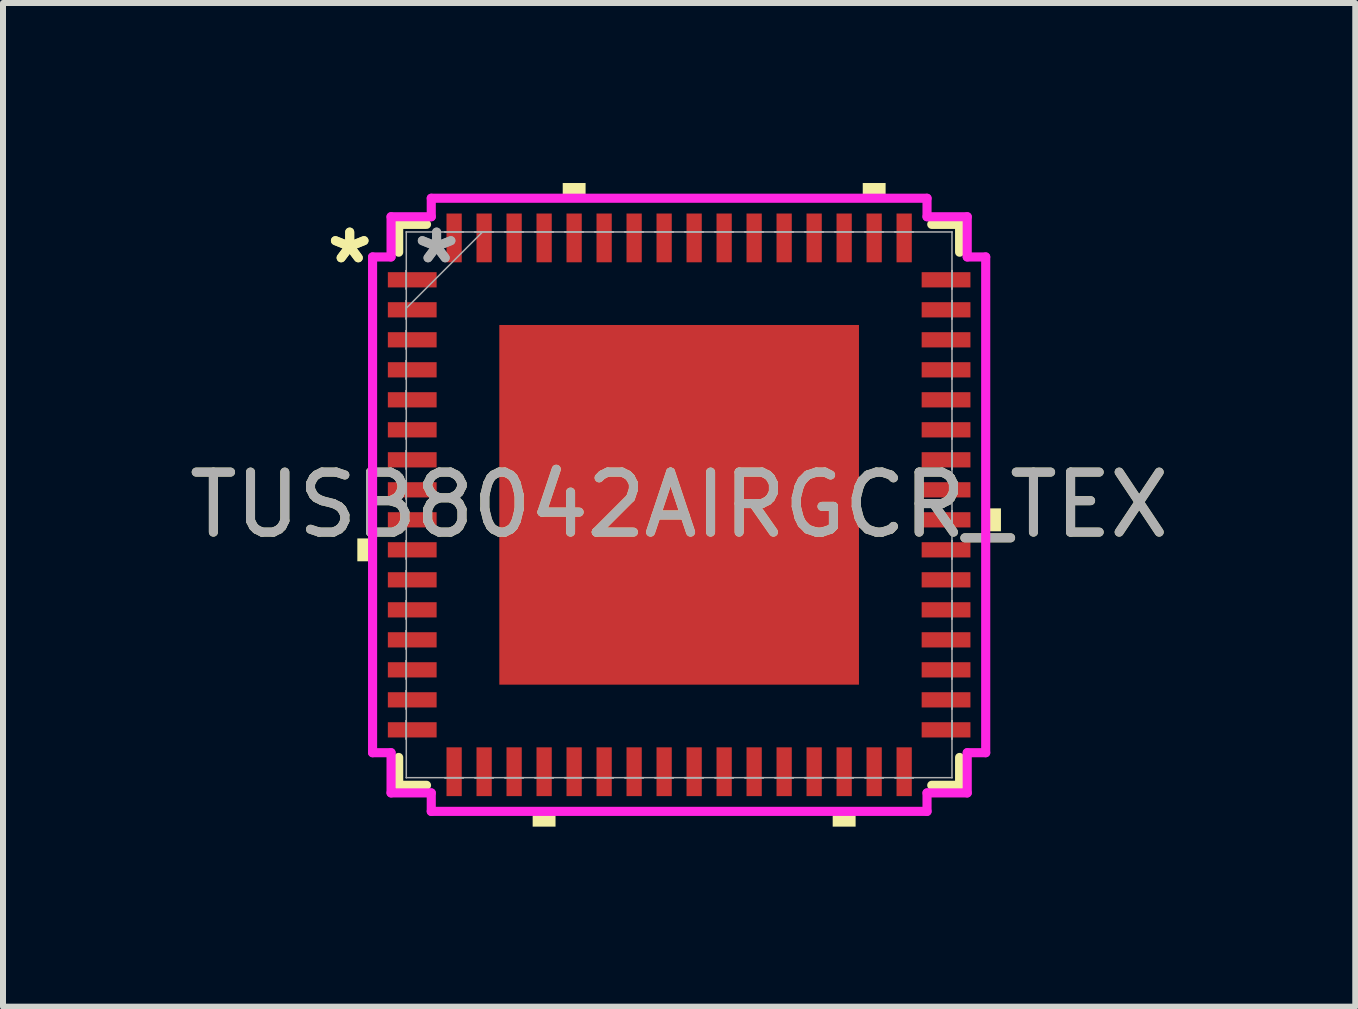
<source format=kicad_pcb>
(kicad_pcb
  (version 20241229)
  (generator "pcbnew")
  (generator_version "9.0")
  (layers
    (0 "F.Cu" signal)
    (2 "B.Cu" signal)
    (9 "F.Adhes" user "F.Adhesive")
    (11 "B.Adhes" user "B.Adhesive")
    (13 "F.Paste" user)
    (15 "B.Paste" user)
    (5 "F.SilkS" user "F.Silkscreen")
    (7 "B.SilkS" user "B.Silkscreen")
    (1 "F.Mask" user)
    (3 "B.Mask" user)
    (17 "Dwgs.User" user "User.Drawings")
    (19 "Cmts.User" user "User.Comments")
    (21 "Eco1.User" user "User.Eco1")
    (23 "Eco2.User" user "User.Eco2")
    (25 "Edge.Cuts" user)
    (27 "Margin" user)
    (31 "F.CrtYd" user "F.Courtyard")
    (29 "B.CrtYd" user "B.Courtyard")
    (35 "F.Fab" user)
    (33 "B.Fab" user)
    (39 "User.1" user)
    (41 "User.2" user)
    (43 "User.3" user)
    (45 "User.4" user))
  (footprint "TUSB8042AIRGCR_TEX"
    (layer "F.Cu")
    (at 8.268 5.363)
    (property "Reference" "TUSB8042AIRGCR_TEX" (at 0 0 0) (unlocked yes) (layer "F.SilkS") (effects (font (size 1 1) (thickness 0.15))))
    (attr smd)
    (fp_line (start -4.674 -4.674) (end -4.674 -4.21) (stroke (width 0.152) (type solid)) (layer "F.SilkS"))
    (fp_line (start -4.674 4.21) (end -4.674 4.674) (stroke (width 0.152) (type solid)) (layer "F.SilkS"))
    (fp_line (start -4.674 4.674) (end -4.21 4.674) (stroke (width 0.152) (type solid)) (layer "F.SilkS"))
    (fp_line (start -4.21 -4.674) (end -4.674 -4.674) (stroke (width 0.152) (type solid)) (layer "F.SilkS"))
    (fp_line (start 4.21 4.674) (end 4.674 4.674) (stroke (width 0.152) (type solid)) (layer "F.SilkS"))
    (fp_line (start 4.674 -4.674) (end 4.21 -4.674) (stroke (width 0.152) (type solid)) (layer "F.SilkS"))
    (fp_line (start 4.674 -4.21) (end 4.674 -4.674) (stroke (width 0.152) (type solid)) (layer "F.SilkS"))
    (fp_line (start 4.674 4.674) (end 4.674 4.21) (stroke (width 0.152) (type solid)) (layer "F.SilkS"))
    (fp_poly (pts (xy -5.363 0.56) (xy -5.363 0.941) (xy -5.109 0.941) (xy -5.109 0.56)) (stroke (width 0) (type solid)) (fill yes) (layer "F.SilkS"))
    (fp_poly (pts (xy -2.441 5.109) (xy -2.441 5.363) (xy -2.06 5.363) (xy -2.06 5.109)) (stroke (width 0) (type solid)) (fill yes) (layer "F.SilkS"))
    (fp_poly (pts (xy -1.94 -5.109) (xy -1.94 -5.363) (xy -1.559 -5.363) (xy -1.559 -5.109)) (stroke (width 0) (type solid)) (fill yes) (layer "F.SilkS"))
    (fp_poly (pts (xy 2.559 5.109) (xy 2.559 5.363) (xy 2.941 5.363) (xy 2.941 5.109)) (stroke (width 0) (type solid)) (fill yes) (layer "F.SilkS"))
    (fp_poly (pts (xy 3.06 -5.109) (xy 3.06 -5.363) (xy 3.441 -5.363) (xy 3.441 -5.109)) (stroke (width 0) (type solid)) (fill yes) (layer "F.SilkS"))
    (fp_poly (pts (xy 5.363 0.059) (xy 5.363 0.441) (xy 5.109 0.441) (xy 5.109 0.059)) (stroke (width 0) (type solid)) (fill yes) (layer "F.SilkS"))
    (fp_poly (pts (xy -2.897 -2.897) (xy -2.897 -1.599) (xy -1.599 -1.599) (xy -1.599 -2.897)) (stroke (width 0) (type solid)) (fill yes) (layer "F.Paste"))
    (fp_poly (pts (xy -2.897 -1.399) (xy -2.897 -0.1) (xy -1.599 -0.1) (xy -1.599 -1.399)) (stroke (width 0) (type solid)) (fill yes) (layer "F.Paste"))
    (fp_poly (pts (xy -2.897 0.1) (xy -2.897 1.399) (xy -1.599 1.399) (xy -1.599 0.1)) (stroke (width 0) (type solid)) (fill yes) (layer "F.Paste"))
    (fp_poly (pts (xy -2.897 1.599) (xy -2.897 2.897) (xy -1.599 2.897) (xy -1.599 1.599)) (stroke (width 0) (type solid)) (fill yes) (layer "F.Paste"))
    (fp_poly (pts (xy -1.399 -2.897) (xy -1.399 -1.599) (xy -0.1 -1.599) (xy -0.1 -2.897)) (stroke (width 0) (type solid)) (fill yes) (layer "F.Paste"))
    (fp_poly (pts (xy -1.399 -1.399) (xy -1.399 -0.1) (xy -0.1 -0.1) (xy -0.1 -1.399)) (stroke (width 0) (type solid)) (fill yes) (layer "F.Paste"))
    (fp_poly (pts (xy -1.399 0.1) (xy -1.399 1.399) (xy -0.1 1.399) (xy -0.1 0.1)) (stroke (width 0) (type solid)) (fill yes) (layer "F.Paste"))
    (fp_poly (pts (xy -1.399 1.599) (xy -1.399 2.897) (xy -0.1 2.897) (xy -0.1 1.599)) (stroke (width 0) (type solid)) (fill yes) (layer "F.Paste"))
    (fp_poly (pts (xy 0.1 -2.897) (xy 0.1 -1.599) (xy 1.399 -1.599) (xy 1.399 -2.897)) (stroke (width 0) (type solid)) (fill yes) (layer "F.Paste"))
    (fp_poly (pts (xy 0.1 -1.399) (xy 0.1 -0.1) (xy 1.399 -0.1) (xy 1.399 -1.399)) (stroke (width 0) (type solid)) (fill yes) (layer "F.Paste"))
    (fp_poly (pts (xy 0.1 0.1) (xy 0.1 1.399) (xy 1.399 1.399) (xy 1.399 0.1)) (stroke (width 0) (type solid)) (fill yes) (layer "F.Paste"))
    (fp_poly (pts (xy 0.1 1.599) (xy 0.1 2.897) (xy 1.399 2.897) (xy 1.399 1.599)) (stroke (width 0) (type solid)) (fill yes) (layer "F.Paste"))
    (fp_poly (pts (xy 1.599 -2.897) (xy 1.599 -1.599) (xy 2.897 -1.599) (xy 2.897 -2.897)) (stroke (width 0) (type solid)) (fill yes) (layer "F.Paste"))
    (fp_poly (pts (xy 1.599 -1.399) (xy 1.599 -0.1) (xy 2.897 -0.1) (xy 2.897 -1.399)) (stroke (width 0) (type solid)) (fill yes) (layer "F.Paste"))
    (fp_poly (pts (xy 1.599 0.1) (xy 1.599 1.399) (xy 2.897 1.399) (xy 2.897 0.1)) (stroke (width 0) (type solid)) (fill yes) (layer "F.Paste"))
    (fp_poly (pts (xy 1.599 1.599) (xy 1.599 2.897) (xy 2.897 2.897) (xy 2.897 1.599)) (stroke (width 0) (type solid)) (fill yes) (layer "F.Paste"))
    (fp_line (start -5.109 -4.131) (end -4.801 -4.131) (stroke (width 0.152) (type solid)) (layer "F.CrtYd"))
    (fp_line (start -5.109 4.131) (end -5.109 -4.131) (stroke (width 0.152) (type solid)) (layer "F.CrtYd"))
    (fp_line (start -4.801 -4.801) (end -4.131 -4.801) (stroke (width 0.152) (type solid)) (layer "F.CrtYd"))
    (fp_line (start -4.801 -4.131) (end -4.801 -4.801) (stroke (width 0.152) (type solid)) (layer "F.CrtYd"))
    (fp_line (start -4.801 4.131) (end -5.109 4.131) (stroke (width 0.152) (type solid)) (layer "F.CrtYd"))
    (fp_line (start -4.801 4.801) (end -4.801 4.131) (stroke (width 0.152) (type solid)) (layer "F.CrtYd"))
    (fp_line (start -4.131 -5.109) (end 4.131 -5.109) (stroke (width 0.152) (type solid)) (layer "F.CrtYd"))
    (fp_line (start -4.131 -4.801) (end -4.131 -5.109) (stroke (width 0.152) (type solid)) (layer "F.CrtYd"))
    (fp_line (start -4.131 4.801) (end -4.801 4.801) (stroke (width 0.152) (type solid)) (layer "F.CrtYd"))
    (fp_line (start -4.131 5.109) (end -4.131 4.801) (stroke (width 0.152) (type solid)) (layer "F.CrtYd"))
    (fp_line (start 4.131 -5.109) (end 4.131 -4.801) (stroke (width 0.152) (type solid)) (layer "F.CrtYd"))
    (fp_line (start 4.131 -4.801) (end 4.801 -4.801) (stroke (width 0.152) (type solid)) (layer "F.CrtYd"))
    (fp_line (start 4.131 4.801) (end 4.131 5.109) (stroke (width 0.152) (type solid)) (layer "F.CrtYd"))
    (fp_line (start 4.131 5.109) (end -4.131 5.109) (stroke (width 0.152) (type solid)) (layer "F.CrtYd"))
    (fp_line (start 4.801 -4.801) (end 4.801 -4.131) (stroke (width 0.152) (type solid)) (layer "F.CrtYd"))
    (fp_line (start 4.801 -4.131) (end 5.109 -4.131) (stroke (width 0.152) (type solid)) (layer "F.CrtYd"))
    (fp_line (start 4.801 4.131) (end 4.801 4.801) (stroke (width 0.152) (type solid)) (layer "F.CrtYd"))
    (fp_line (start 4.801 4.801) (end 4.131 4.801) (stroke (width 0.152) (type solid)) (layer "F.CrtYd"))
    (fp_line (start 5.109 -4.131) (end 5.109 4.131) (stroke (width 0.152) (type solid)) (layer "F.CrtYd"))
    (fp_line (start 5.109 4.131) (end 4.801 4.131) (stroke (width 0.152) (type solid)) (layer "F.CrtYd"))
    (fp_line (start -4.55 -3.902) (end -4.55 -3.598) (stroke (width 0.025) (type solid)) (layer "F.Fab"))
    (fp_line (start -4.55 -3.598) (end -4.547 -3.598) (stroke (width 0.025) (type solid)) (layer "F.Fab"))
    (fp_line (start -4.55 -3.402) (end -4.55 -3.098) (stroke (width 0.025) (type solid)) (layer "F.Fab"))
    (fp_line (start -4.55 -3.098) (end -4.547 -3.098) (stroke (width 0.025) (type solid)) (layer "F.Fab"))
    (fp_line (start -4.55 -2.902) (end -4.55 -2.598) (stroke (width 0.025) (type solid)) (layer "F.Fab"))
    (fp_line (start -4.55 -2.598) (end -4.547 -2.598) (stroke (width 0.025) (type solid)) (layer "F.Fab"))
    (fp_line (start -4.55 -2.402) (end -4.55 -2.098) (stroke (width 0.025) (type solid)) (layer "F.Fab"))
    (fp_line (start -4.55 -2.098) (end -4.547 -2.098) (stroke (width 0.025) (type solid)) (layer "F.Fab"))
    (fp_line (start -4.55 -1.902) (end -4.55 -1.598) (stroke (width 0.025) (type solid)) (layer "F.Fab"))
    (fp_line (start -4.55 -1.598) (end -4.547 -1.598) (stroke (width 0.025) (type solid)) (layer "F.Fab"))
    (fp_line (start -4.55 -1.402) (end -4.55 -1.098) (stroke (width 0.025) (type solid)) (layer "F.Fab"))
    (fp_line (start -4.55 -1.098) (end -4.547 -1.098) (stroke (width 0.025) (type solid)) (layer "F.Fab"))
    (fp_line (start -4.55 -0.902) (end -4.55 -0.598) (stroke (width 0.025) (type solid)) (layer "F.Fab"))
    (fp_line (start -4.55 -0.598) (end -4.547 -0.598) (stroke (width 0.025) (type solid)) (layer "F.Fab"))
    (fp_line (start -4.55 -0.402) (end -4.55 -0.098) (stroke (width 0.025) (type solid)) (layer "F.Fab"))
    (fp_line (start -4.55 -0.098) (end -4.547 -0.098) (stroke (width 0.025) (type solid)) (layer "F.Fab"))
    (fp_line (start -4.55 0.098) (end -4.55 0.402) (stroke (width 0.025) (type solid)) (layer "F.Fab"))
    (fp_line (start -4.55 0.402) (end -4.547 0.402) (stroke (width 0.025) (type solid)) (layer "F.Fab"))
    (fp_line (start -4.55 0.598) (end -4.55 0.902) (stroke (width 0.025) (type solid)) (layer "F.Fab"))
    (fp_line (start -4.55 0.902) (end -4.547 0.902) (stroke (width 0.025) (type solid)) (layer "F.Fab"))
    (fp_line (start -4.55 1.098) (end -4.55 1.402) (stroke (width 0.025) (type solid)) (layer "F.Fab"))
    (fp_line (start -4.55 1.402) (end -4.547 1.402) (stroke (width 0.025) (type solid)) (layer "F.Fab"))
    (fp_line (start -4.55 1.598) (end -4.55 1.902) (stroke (width 0.025) (type solid)) (layer "F.Fab"))
    (fp_line (start -4.55 1.902) (end -4.547 1.902) (stroke (width 0.025) (type solid)) (layer "F.Fab"))
    (fp_line (start -4.55 2.098) (end -4.55 2.402) (stroke (width 0.025) (type solid)) (layer "F.Fab"))
    (fp_line (start -4.55 2.402) (end -4.547 2.402) (stroke (width 0.025) (type solid)) (layer "F.Fab"))
    (fp_line (start -4.55 2.598) (end -4.55 2.902) (stroke (width 0.025) (type solid)) (layer "F.Fab"))
    (fp_line (start -4.55 2.902) (end -4.547 2.902) (stroke (width 0.025) (type solid)) (layer "F.Fab"))
    (fp_line (start -4.55 3.098) (end -4.55 3.402) (stroke (width 0.025) (type solid)) (layer "F.Fab"))
    (fp_line (start -4.55 3.402) (end -4.547 3.402) (stroke (width 0.025) (type solid)) (layer "F.Fab"))
    (fp_line (start -4.55 3.598) (end -4.55 3.902) (stroke (width 0.025) (type solid)) (layer "F.Fab"))
    (fp_line (start -4.55 3.902) (end -4.547 3.902) (stroke (width 0.025) (type solid)) (layer "F.Fab"))
    (fp_line (start -4.547 -4.547) (end -4.547 -4.547) (stroke (width 0.025) (type solid)) (layer "F.Fab"))
    (fp_line (start -4.547 -4.547) (end -4.547 4.547) (stroke (width 0.025) (type solid)) (layer "F.Fab"))
    (fp_line (start -4.547 -3.902) (end -4.55 -3.902) (stroke (width 0.025) (type solid)) (layer "F.Fab"))
    (fp_line (start -4.547 -3.598) (end -4.547 -3.902) (stroke (width 0.025) (type solid)) (layer "F.Fab"))
    (fp_line (start -4.547 -3.402) (end -4.55 -3.402) (stroke (width 0.025) (type solid)) (layer "F.Fab"))
    (fp_line (start -4.547 -3.277) (end -3.277 -4.547) (stroke (width 0.025) (type solid)) (layer "F.Fab"))
    (fp_line (start -4.547 -3.098) (end -4.547 -3.402) (stroke (width 0.025) (type solid)) (layer "F.Fab"))
    (fp_line (start -4.547 -2.902) (end -4.55 -2.902) (stroke (width 0.025) (type solid)) (layer "F.Fab"))
    (fp_line (start -4.547 -2.598) (end -4.547 -2.902) (stroke (width 0.025) (type solid)) (layer "F.Fab"))
    (fp_line (start -4.547 -2.402) (end -4.55 -2.402) (stroke (width 0.025) (type solid)) (layer "F.Fab"))
    (fp_line (start -4.547 -2.098) (end -4.547 -2.402) (stroke (width 0.025) (type solid)) (layer "F.Fab"))
    (fp_line (start -4.547 -1.902) (end -4.55 -1.902) (stroke (width 0.025) (type solid)) (layer "F.Fab"))
    (fp_line (start -4.547 -1.598) (end -4.547 -1.902) (stroke (width 0.025) (type solid)) (layer "F.Fab"))
    (fp_line (start -4.547 -1.402) (end -4.55 -1.402) (stroke (width 0.025) (type solid)) (layer "F.Fab"))
    (fp_line (start -4.547 -1.098) (end -4.547 -1.402) (stroke (width 0.025) (type solid)) (layer "F.Fab"))
    (fp_line (start -4.547 -0.902) (end -4.55 -0.902) (stroke (width 0.025) (type solid)) (layer "F.Fab"))
    (fp_line (start -4.547 -0.598) (end -4.547 -0.902) (stroke (width 0.025) (type solid)) (layer "F.Fab"))
    (fp_line (start -4.547 -0.402) (end -4.55 -0.402) (stroke (width 0.025) (type solid)) (layer "F.Fab"))
    (fp_line (start -4.547 -0.098) (end -4.547 -0.402) (stroke (width 0.025) (type solid)) (layer "F.Fab"))
    (fp_line (start -4.547 0.098) (end -4.55 0.098) (stroke (width 0.025) (type solid)) (layer "F.Fab"))
    (fp_line (start -4.547 0.402) (end -4.547 0.098) (stroke (width 0.025) (type solid)) (layer "F.Fab"))
    (fp_line (start -4.547 0.598) (end -4.55 0.598) (stroke (width 0.025) (type solid)) (layer "F.Fab"))
    (fp_line (start -4.547 0.902) (end -4.547 0.598) (stroke (width 0.025) (type solid)) (layer "F.Fab"))
    (fp_line (start -4.547 1.098) (end -4.55 1.098) (stroke (width 0.025) (type solid)) (layer "F.Fab"))
    (fp_line (start -4.547 1.402) (end -4.547 1.098) (stroke (width 0.025) (type solid)) (layer "F.Fab"))
    (fp_line (start -4.547 1.598) (end -4.55 1.598) (stroke (width 0.025) (type solid)) (layer "F.Fab"))
    (fp_line (start -4.547 1.902) (end -4.547 1.598) (stroke (width 0.025) (type solid)) (layer "F.Fab"))
    (fp_line (start -4.547 2.098) (end -4.55 2.098) (stroke (width 0.025) (type solid)) (layer "F.Fab"))
    (fp_line (start -4.547 2.402) (end -4.547 2.098) (stroke (width 0.025) (type solid)) (layer "F.Fab"))
    (fp_line (start -4.547 2.598) (end -4.55 2.598) (stroke (width 0.025) (type solid)) (layer "F.Fab"))
    (fp_line (start -4.547 2.902) (end -4.547 2.598) (stroke (width 0.025) (type solid)) (layer "F.Fab"))
    (fp_line (start -4.547 3.098) (end -4.55 3.098) (stroke (width 0.025) (type solid)) (layer "F.Fab"))
    (fp_line (start -4.547 3.402) (end -4.547 3.098) (stroke (width 0.025) (type solid)) (layer "F.Fab"))
    (fp_line (start -4.547 3.598) (end -4.55 3.598) (stroke (width 0.025) (type solid)) (layer "F.Fab"))
    (fp_line (start -4.547 3.902) (end -4.547 3.598) (stroke (width 0.025) (type solid)) (layer "F.Fab"))
    (fp_line (start -4.547 4.547) (end -4.547 4.547) (stroke (width 0.025) (type solid)) (layer "F.Fab"))
    (fp_line (start -4.547 4.547) (end 4.547 4.547) (stroke (width 0.025) (type solid)) (layer "F.Fab"))
    (fp_line (start -3.902 -4.55) (end -3.902 -4.547) (stroke (width 0.025) (type solid)) (layer "F.Fab"))
    (fp_line (start -3.902 -4.547) (end -3.598 -4.547) (stroke (width 0.025) (type solid)) (layer "F.Fab"))
    (fp_line (start -3.902 4.547) (end -3.902 4.55) (stroke (width 0.025) (type solid)) (layer "F.Fab"))
    (fp_line (start -3.902 4.55) (end -3.598 4.55) (stroke (width 0.025) (type solid)) (layer "F.Fab"))
    (fp_line (start -3.598 -4.55) (end -3.902 -4.55) (stroke (width 0.025) (type solid)) (layer "F.Fab"))
    (fp_line (start -3.598 -4.547) (end -3.598 -4.55) (stroke (width 0.025) (type solid)) (layer "F.Fab"))
    (fp_line (start -3.598 4.547) (end -3.902 4.547) (stroke (width 0.025) (type solid)) (layer "F.Fab"))
    (fp_line (start -3.598 4.55) (end -3.598 4.547) (stroke (width 0.025) (type solid)) (layer "F.Fab"))
    (fp_line (start -3.402 -4.55) (end -3.402 -4.547) (stroke (width 0.025) (type solid)) (layer "F.Fab"))
    (fp_line (start -3.402 -4.547) (end -3.098 -4.547) (stroke (width 0.025) (type solid)) (layer "F.Fab"))
    (fp_line (start -3.402 4.547) (end -3.402 4.55) (stroke (width 0.025) (type solid)) (layer "F.Fab"))
    (fp_line (start -3.402 4.55) (end -3.098 4.55) (stroke (width 0.025) (type solid)) (layer "F.Fab"))
    (fp_line (start -3.098 -4.55) (end -3.402 -4.55) (stroke (width 0.025) (type solid)) (layer "F.Fab"))
    (fp_line (start -3.098 -4.547) (end -3.098 -4.55) (stroke (width 0.025) (type solid)) (layer "F.Fab"))
    (fp_line (start -3.098 4.547) (end -3.402 4.547) (stroke (width 0.025) (type solid)) (layer "F.Fab"))
    (fp_line (start -3.098 4.55) (end -3.098 4.547) (stroke (width 0.025) (type solid)) (layer "F.Fab"))
    (fp_line (start -2.902 -4.55) (end -2.902 -4.547) (stroke (width 0.025) (type solid)) (layer "F.Fab"))
    (fp_line (start -2.902 -4.547) (end -2.598 -4.547) (stroke (width 0.025) (type solid)) (layer "F.Fab"))
    (fp_line (start -2.902 4.547) (end -2.902 4.55) (stroke (width 0.025) (type solid)) (layer "F.Fab"))
    (fp_line (start -2.902 4.55) (end -2.598 4.55) (stroke (width 0.025) (type solid)) (layer "F.Fab"))
    (fp_line (start -2.598 -4.55) (end -2.902 -4.55) (stroke (width 0.025) (type solid)) (layer "F.Fab"))
    (fp_line (start -2.598 -4.547) (end -2.598 -4.55) (stroke (width 0.025) (type solid)) (layer "F.Fab"))
    (fp_line (start -2.598 4.547) (end -2.902 4.547) (stroke (width 0.025) (type solid)) (layer "F.Fab"))
    (fp_line (start -2.598 4.55) (end -2.598 4.547) (stroke (width 0.025) (type solid)) (layer "F.Fab"))
    (fp_line (start -2.402 -4.55) (end -2.402 -4.547) (stroke (width 0.025) (type solid)) (layer "F.Fab"))
    (fp_line (start -2.402 -4.547) (end -2.098 -4.547) (stroke (width 0.025) (type solid)) (layer "F.Fab"))
    (fp_line (start -2.402 4.547) (end -2.402 4.55) (stroke (width 0.025) (type solid)) (layer "F.Fab"))
    (fp_line (start -2.402 4.55) (end -2.098 4.55) (stroke (width 0.025) (type solid)) (layer "F.Fab"))
    (fp_line (start -2.098 -4.55) (end -2.402 -4.55) (stroke (width 0.025) (type solid)) (layer "F.Fab"))
    (fp_line (start -2.098 -4.547) (end -2.098 -4.55) (stroke (width 0.025) (type solid)) (layer "F.Fab"))
    (fp_line (start -2.098 4.547) (end -2.402 4.547) (stroke (width 0.025) (type solid)) (layer "F.Fab"))
    (fp_line (start -2.098 4.55) (end -2.098 4.547) (stroke (width 0.025) (type solid)) (layer "F.Fab"))
    (fp_line (start -1.902 -4.55) (end -1.902 -4.547) (stroke (width 0.025) (type solid)) (layer "F.Fab"))
    (fp_line (start -1.902 -4.547) (end -1.598 -4.547) (stroke (width 0.025) (type solid)) (layer "F.Fab"))
    (fp_line (start -1.902 4.547) (end -1.902 4.55) (stroke (width 0.025) (type solid)) (layer "F.Fab"))
    (fp_line (start -1.902 4.55) (end -1.598 4.55) (stroke (width 0.025) (type solid)) (layer "F.Fab"))
    (fp_line (start -1.598 -4.55) (end -1.902 -4.55) (stroke (width 0.025) (type solid)) (layer "F.Fab"))
    (fp_line (start -1.598 -4.547) (end -1.598 -4.55) (stroke (width 0.025) (type solid)) (layer "F.Fab"))
    (fp_line (start -1.598 4.547) (end -1.902 4.547) (stroke (width 0.025) (type solid)) (layer "F.Fab"))
    (fp_line (start -1.598 4.55) (end -1.598 4.547) (stroke (width 0.025) (type solid)) (layer "F.Fab"))
    (fp_line (start -1.402 -4.55) (end -1.402 -4.547) (stroke (width 0.025) (type solid)) (layer "F.Fab"))
    (fp_line (start -1.402 -4.547) (end -1.098 -4.547) (stroke (width 0.025) (type solid)) (layer "F.Fab"))
    (fp_line (start -1.402 4.547) (end -1.402 4.55) (stroke (width 0.025) (type solid)) (layer "F.Fab"))
    (fp_line (start -1.402 4.55) (end -1.098 4.55) (stroke (width 0.025) (type solid)) (layer "F.Fab"))
    (fp_line (start -1.098 -4.55) (end -1.402 -4.55) (stroke (width 0.025) (type solid)) (layer "F.Fab"))
    (fp_line (start -1.098 -4.547) (end -1.098 -4.55) (stroke (width 0.025) (type solid)) (layer "F.Fab"))
    (fp_line (start -1.098 4.547) (end -1.402 4.547) (stroke (width 0.025) (type solid)) (layer "F.Fab"))
    (fp_line (start -1.098 4.55) (end -1.098 4.547) (stroke (width 0.025) (type solid)) (layer "F.Fab"))
    (fp_line (start -0.902 -4.55) (end -0.902 -4.547) (stroke (width 0.025) (type solid)) (layer "F.Fab"))
    (fp_line (start -0.902 -4.547) (end -0.598 -4.547) (stroke (width 0.025) (type solid)) (layer "F.Fab"))
    (fp_line (start -0.902 4.547) (end -0.902 4.55) (stroke (width 0.025) (type solid)) (layer "F.Fab"))
    (fp_line (start -0.902 4.55) (end -0.598 4.55) (stroke (width 0.025) (type solid)) (layer "F.Fab"))
    (fp_line (start -0.598 -4.55) (end -0.902 -4.55) (stroke (width 0.025) (type solid)) (layer "F.Fab"))
    (fp_line (start -0.598 -4.547) (end -0.598 -4.55) (stroke (width 0.025) (type solid)) (layer "F.Fab"))
    (fp_line (start -0.598 4.547) (end -0.902 4.547) (stroke (width 0.025) (type solid)) (layer "F.Fab"))
    (fp_line (start -0.598 4.55) (end -0.598 4.547) (stroke (width 0.025) (type solid)) (layer "F.Fab"))
    (fp_line (start -0.402 -4.55) (end -0.402 -4.547) (stroke (width 0.025) (type solid)) (layer "F.Fab"))
    (fp_line (start -0.402 -4.547) (end -0.098 -4.547) (stroke (width 0.025) (type solid)) (layer "F.Fab"))
    (fp_line (start -0.402 4.547) (end -0.402 4.55) (stroke (width 0.025) (type solid)) (layer "F.Fab"))
    (fp_line (start -0.402 4.55) (end -0.098 4.55) (stroke (width 0.025) (type solid)) (layer "F.Fab"))
    (fp_line (start -0.098 -4.55) (end -0.402 -4.55) (stroke (width 0.025) (type solid)) (layer "F.Fab"))
    (fp_line (start -0.098 -4.547) (end -0.098 -4.55) (stroke (width 0.025) (type solid)) (layer "F.Fab"))
    (fp_line (start -0.098 4.547) (end -0.402 4.547) (stroke (width 0.025) (type solid)) (layer "F.Fab"))
    (fp_line (start -0.098 4.55) (end -0.098 4.547) (stroke (width 0.025) (type solid)) (layer "F.Fab"))
    (fp_line (start 0.098 -4.55) (end 0.098 -4.547) (stroke (width 0.025) (type solid)) (layer "F.Fab"))
    (fp_line (start 0.098 -4.547) (end 0.402 -4.547) (stroke (width 0.025) (type solid)) (layer "F.Fab"))
    (fp_line (start 0.098 4.547) (end 0.098 4.55) (stroke (width 0.025) (type solid)) (layer "F.Fab"))
    (fp_line (start 0.098 4.55) (end 0.402 4.55) (stroke (width 0.025) (type solid)) (layer "F.Fab"))
    (fp_line (start 0.402 -4.55) (end 0.098 -4.55) (stroke (width 0.025) (type solid)) (layer "F.Fab"))
    (fp_line (start 0.402 -4.547) (end 0.402 -4.55) (stroke (width 0.025) (type solid)) (layer "F.Fab"))
    (fp_line (start 0.402 4.547) (end 0.098 4.547) (stroke (width 0.025) (type solid)) (layer "F.Fab"))
    (fp_line (start 0.402 4.55) (end 0.402 4.547) (stroke (width 0.025) (type solid)) (layer "F.Fab"))
    (fp_line (start 0.598 -4.55) (end 0.598 -4.547) (stroke (width 0.025) (type solid)) (layer "F.Fab"))
    (fp_line (start 0.598 -4.547) (end 0.902 -4.547) (stroke (width 0.025) (type solid)) (layer "F.Fab"))
    (fp_line (start 0.598 4.547) (end 0.598 4.55) (stroke (width 0.025) (type solid)) (layer "F.Fab"))
    (fp_line (start 0.598 4.55) (end 0.902 4.55) (stroke (width 0.025) (type solid)) (layer "F.Fab"))
    (fp_line (start 0.902 -4.55) (end 0.598 -4.55) (stroke (width 0.025) (type solid)) (layer "F.Fab"))
    (fp_line (start 0.902 -4.547) (end 0.902 -4.55) (stroke (width 0.025) (type solid)) (layer "F.Fab"))
    (fp_line (start 0.902 4.547) (end 0.598 4.547) (stroke (width 0.025) (type solid)) (layer "F.Fab"))
    (fp_line (start 0.902 4.55) (end 0.902 4.547) (stroke (width 0.025) (type solid)) (layer "F.Fab"))
    (fp_line (start 1.098 -4.55) (end 1.098 -4.547) (stroke (width 0.025) (type solid)) (layer "F.Fab"))
    (fp_line (start 1.098 -4.547) (end 1.402 -4.547) (stroke (width 0.025) (type solid)) (layer "F.Fab"))
    (fp_line (start 1.098 4.547) (end 1.098 4.55) (stroke (width 0.025) (type solid)) (layer "F.Fab"))
    (fp_line (start 1.098 4.55) (end 1.402 4.55) (stroke (width 0.025) (type solid)) (layer "F.Fab"))
    (fp_line (start 1.402 -4.55) (end 1.098 -4.55) (stroke (width 0.025) (type solid)) (layer "F.Fab"))
    (fp_line (start 1.402 -4.547) (end 1.402 -4.55) (stroke (width 0.025) (type solid)) (layer "F.Fab"))
    (fp_line (start 1.402 4.547) (end 1.098 4.547) (stroke (width 0.025) (type solid)) (layer "F.Fab"))
    (fp_line (start 1.402 4.55) (end 1.402 4.547) (stroke (width 0.025) (type solid)) (layer "F.Fab"))
    (fp_line (start 1.598 -4.55) (end 1.598 -4.547) (stroke (width 0.025) (type solid)) (layer "F.Fab"))
    (fp_line (start 1.598 -4.547) (end 1.902 -4.547) (stroke (width 0.025) (type solid)) (layer "F.Fab"))
    (fp_line (start 1.598 4.547) (end 1.598 4.55) (stroke (width 0.025) (type solid)) (layer "F.Fab"))
    (fp_line (start 1.598 4.55) (end 1.902 4.55) (stroke (width 0.025) (type solid)) (layer "F.Fab"))
    (fp_line (start 1.902 -4.55) (end 1.598 -4.55) (stroke (width 0.025) (type solid)) (layer "F.Fab"))
    (fp_line (start 1.902 -4.547) (end 1.902 -4.55) (stroke (width 0.025) (type solid)) (layer "F.Fab"))
    (fp_line (start 1.902 4.547) (end 1.598 4.547) (stroke (width 0.025) (type solid)) (layer "F.Fab"))
    (fp_line (start 1.902 4.55) (end 1.902 4.547) (stroke (width 0.025) (type solid)) (layer "F.Fab"))
    (fp_line (start 2.098 -4.55) (end 2.098 -4.547) (stroke (width 0.025) (type solid)) (layer "F.Fab"))
    (fp_line (start 2.098 -4.547) (end 2.402 -4.547) (stroke (width 0.025) (type solid)) (layer "F.Fab"))
    (fp_line (start 2.098 4.547) (end 2.098 4.55) (stroke (width 0.025) (type solid)) (layer "F.Fab"))
    (fp_line (start 2.098 4.55) (end 2.402 4.55) (stroke (width 0.025) (type solid)) (layer "F.Fab"))
    (fp_line (start 2.402 -4.55) (end 2.098 -4.55) (stroke (width 0.025) (type solid)) (layer "F.Fab"))
    (fp_line (start 2.402 -4.547) (end 2.402 -4.55) (stroke (width 0.025) (type solid)) (layer "F.Fab"))
    (fp_line (start 2.402 4.547) (end 2.098 4.547) (stroke (width 0.025) (type solid)) (layer "F.Fab"))
    (fp_line (start 2.402 4.55) (end 2.402 4.547) (stroke (width 0.025) (type solid)) (layer "F.Fab"))
    (fp_line (start 2.598 -4.55) (end 2.598 -4.547) (stroke (width 0.025) (type solid)) (layer "F.Fab"))
    (fp_line (start 2.598 -4.547) (end 2.902 -4.547) (stroke (width 0.025) (type solid)) (layer "F.Fab"))
    (fp_line (start 2.598 4.547) (end 2.598 4.55) (stroke (width 0.025) (type solid)) (layer "F.Fab"))
    (fp_line (start 2.598 4.55) (end 2.902 4.55) (stroke (width 0.025) (type solid)) (layer "F.Fab"))
    (fp_line (start 2.902 -4.55) (end 2.598 -4.55) (stroke (width 0.025) (type solid)) (layer "F.Fab"))
    (fp_line (start 2.902 -4.547) (end 2.902 -4.55) (stroke (width 0.025) (type solid)) (layer "F.Fab"))
    (fp_line (start 2.902 4.547) (end 2.598 4.547) (stroke (width 0.025) (type solid)) (layer "F.Fab"))
    (fp_line (start 2.902 4.55) (end 2.902 4.547) (stroke (width 0.025) (type solid)) (layer "F.Fab"))
    (fp_line (start 3.098 -4.55) (end 3.098 -4.547) (stroke (width 0.025) (type solid)) (layer "F.Fab"))
    (fp_line (start 3.098 -4.547) (end 3.402 -4.547) (stroke (width 0.025) (type solid)) (layer "F.Fab"))
    (fp_line (start 3.098 4.547) (end 3.098 4.55) (stroke (width 0.025) (type solid)) (layer "F.Fab"))
    (fp_line (start 3.098 4.55) (end 3.402 4.55) (stroke (width 0.025) (type solid)) (layer "F.Fab"))
    (fp_line (start 3.402 -4.55) (end 3.098 -4.55) (stroke (width 0.025) (type solid)) (layer "F.Fab"))
    (fp_line (start 3.402 -4.547) (end 3.402 -4.55) (stroke (width 0.025) (type solid)) (layer "F.Fab"))
    (fp_line (start 3.402 4.547) (end 3.098 4.547) (stroke (width 0.025) (type solid)) (layer "F.Fab"))
    (fp_line (start 3.402 4.55) (end 3.402 4.547) (stroke (width 0.025) (type solid)) (layer "F.Fab"))
    (fp_line (start 3.598 -4.55) (end 3.598 -4.547) (stroke (width 0.025) (type solid)) (layer "F.Fab"))
    (fp_line (start 3.598 -4.547) (end 3.902 -4.547) (stroke (width 0.025) (type solid)) (layer "F.Fab"))
    (fp_line (start 3.598 4.547) (end 3.598 4.55) (stroke (width 0.025) (type solid)) (layer "F.Fab"))
    (fp_line (start 3.598 4.55) (end 3.902 4.55) (stroke (width 0.025) (type solid)) (layer "F.Fab"))
    (fp_line (start 3.902 -4.55) (end 3.598 -4.55) (stroke (width 0.025) (type solid)) (layer "F.Fab"))
    (fp_line (start 3.902 -4.547) (end 3.902 -4.55) (stroke (width 0.025) (type solid)) (layer "F.Fab"))
    (fp_line (start 3.902 4.547) (end 3.598 4.547) (stroke (width 0.025) (type solid)) (layer "F.Fab"))
    (fp_line (start 3.902 4.55) (end 3.902 4.547) (stroke (width 0.025) (type solid)) (layer "F.Fab"))
    (fp_line (start 4.547 -4.547) (end -4.547 -4.547) (stroke (width 0.025) (type solid)) (layer "F.Fab"))
    (fp_line (start 4.547 -4.547) (end 4.547 -4.547) (stroke (width 0.025) (type solid)) (layer "F.Fab"))
    (fp_line (start 4.547 -3.902) (end 4.547 -3.598) (stroke (width 0.025) (type solid)) (layer "F.Fab"))
    (fp_line (start 4.547 -3.598) (end 4.55 -3.598) (stroke (width 0.025) (type solid)) (layer "F.Fab"))
    (fp_line (start 4.547 -3.402) (end 4.547 -3.098) (stroke (width 0.025) (type solid)) (layer "F.Fab"))
    (fp_line (start 4.547 -3.098) (end 4.55 -3.098) (stroke (width 0.025) (type solid)) (layer "F.Fab"))
    (fp_line (start 4.547 -2.902) (end 4.547 -2.598) (stroke (width 0.025) (type solid)) (layer "F.Fab"))
    (fp_line (start 4.547 -2.598) (end 4.55 -2.598) (stroke (width 0.025) (type solid)) (layer "F.Fab"))
    (fp_line (start 4.547 -2.402) (end 4.547 -2.098) (stroke (width 0.025) (type solid)) (layer "F.Fab"))
    (fp_line (start 4.547 -2.098) (end 4.55 -2.098) (stroke (width 0.025) (type solid)) (layer "F.Fab"))
    (fp_line (start 4.547 -1.902) (end 4.547 -1.598) (stroke (width 0.025) (type solid)) (layer "F.Fab"))
    (fp_line (start 4.547 -1.598) (end 4.55 -1.598) (stroke (width 0.025) (type solid)) (layer "F.Fab"))
    (fp_line (start 4.547 -1.402) (end 4.547 -1.098) (stroke (width 0.025) (type solid)) (layer "F.Fab"))
    (fp_line (start 4.547 -1.098) (end 4.55 -1.098) (stroke (width 0.025) (type solid)) (layer "F.Fab"))
    (fp_line (start 4.547 -0.902) (end 4.547 -0.598) (stroke (width 0.025) (type solid)) (layer "F.Fab"))
    (fp_line (start 4.547 -0.598) (end 4.55 -0.598) (stroke (width 0.025) (type solid)) (layer "F.Fab"))
    (fp_line (start 4.547 -0.402) (end 4.547 -0.098) (stroke (width 0.025) (type solid)) (layer "F.Fab"))
    (fp_line (start 4.547 -0.098) (end 4.55 -0.098) (stroke (width 0.025) (type solid)) (layer "F.Fab"))
    (fp_line (start 4.547 0.098) (end 4.547 0.402) (stroke (width 0.025) (type solid)) (layer "F.Fab"))
    (fp_line (start 4.547 0.402) (end 4.55 0.402) (stroke (width 0.025) (type solid)) (layer "F.Fab"))
    (fp_line (start 4.547 0.598) (end 4.547 0.902) (stroke (width 0.025) (type solid)) (layer "F.Fab"))
    (fp_line (start 4.547 0.902) (end 4.55 0.902) (stroke (width 0.025) (type solid)) (layer "F.Fab"))
    (fp_line (start 4.547 1.098) (end 4.547 1.402) (stroke (width 0.025) (type solid)) (layer "F.Fab"))
    (fp_line (start 4.547 1.402) (end 4.55 1.402) (stroke (width 0.025) (type solid)) (layer "F.Fab"))
    (fp_line (start 4.547 1.598) (end 4.547 1.902) (stroke (width 0.025) (type solid)) (layer "F.Fab"))
    (fp_line (start 4.547 1.902) (end 4.55 1.902) (stroke (width 0.025) (type solid)) (layer "F.Fab"))
    (fp_line (start 4.547 2.098) (end 4.547 2.402) (stroke (width 0.025) (type solid)) (layer "F.Fab"))
    (fp_line (start 4.547 2.402) (end 4.55 2.402) (stroke (width 0.025) (type solid)) (layer "F.Fab"))
    (fp_line (start 4.547 2.598) (end 4.547 2.902) (stroke (width 0.025) (type solid)) (layer "F.Fab"))
    (fp_line (start 4.547 2.902) (end 4.55 2.902) (stroke (width 0.025) (type solid)) (layer "F.Fab"))
    (fp_line (start 4.547 3.098) (end 4.547 3.402) (stroke (width 0.025) (type solid)) (layer "F.Fab"))
    (fp_line (start 4.547 3.402) (end 4.55 3.402) (stroke (width 0.025) (type solid)) (layer "F.Fab"))
    (fp_line (start 4.547 3.598) (end 4.547 3.902) (stroke (width 0.025) (type solid)) (layer "F.Fab"))
    (fp_line (start 4.547 3.902) (end 4.55 3.902) (stroke (width 0.025) (type solid)) (layer "F.Fab"))
    (fp_line (start 4.547 4.547) (end 4.547 -4.547) (stroke (width 0.025) (type solid)) (layer "F.Fab"))
    (fp_line (start 4.547 4.547) (end 4.547 4.547) (stroke (width 0.025) (type solid)) (layer "F.Fab"))
    (fp_line (start 4.55 -3.902) (end 4.547 -3.902) (stroke (width 0.025) (type solid)) (layer "F.Fab"))
    (fp_line (start 4.55 -3.598) (end 4.55 -3.902) (stroke (width 0.025) (type solid)) (layer "F.Fab"))
    (fp_line (start 4.55 -3.402) (end 4.547 -3.402) (stroke (width 0.025) (type solid)) (layer "F.Fab"))
    (fp_line (start 4.55 -3.098) (end 4.55 -3.402) (stroke (width 0.025) (type solid)) (layer "F.Fab"))
    (fp_line (start 4.55 -2.902) (end 4.547 -2.902) (stroke (width 0.025) (type solid)) (layer "F.Fab"))
    (fp_line (start 4.55 -2.598) (end 4.55 -2.902) (stroke (width 0.025) (type solid)) (layer "F.Fab"))
    (fp_line (start 4.55 -2.402) (end 4.547 -2.402) (stroke (width 0.025) (type solid)) (layer "F.Fab"))
    (fp_line (start 4.55 -2.098) (end 4.55 -2.402) (stroke (width 0.025) (type solid)) (layer "F.Fab"))
    (fp_line (start 4.55 -1.902) (end 4.547 -1.902) (stroke (width 0.025) (type solid)) (layer "F.Fab"))
    (fp_line (start 4.55 -1.598) (end 4.55 -1.902) (stroke (width 0.025) (type solid)) (layer "F.Fab"))
    (fp_line (start 4.55 -1.402) (end 4.547 -1.402) (stroke (width 0.025) (type solid)) (layer "F.Fab"))
    (fp_line (start 4.55 -1.098) (end 4.55 -1.402) (stroke (width 0.025) (type solid)) (layer "F.Fab"))
    (fp_line (start 4.55 -0.902) (end 4.547 -0.902) (stroke (width 0.025) (type solid)) (layer "F.Fab"))
    (fp_line (start 4.55 -0.598) (end 4.55 -0.902) (stroke (width 0.025) (type solid)) (layer "F.Fab"))
    (fp_line (start 4.55 -0.402) (end 4.547 -0.402) (stroke (width 0.025) (type solid)) (layer "F.Fab"))
    (fp_line (start 4.55 -0.098) (end 4.55 -0.402) (stroke (width 0.025) (type solid)) (layer "F.Fab"))
    (fp_line (start 4.55 0.098) (end 4.547 0.098) (stroke (width 0.025) (type solid)) (layer "F.Fab"))
    (fp_line (start 4.55 0.402) (end 4.55 0.098) (stroke (width 0.025) (type solid)) (layer "F.Fab"))
    (fp_line (start 4.55 0.598) (end 4.547 0.598) (stroke (width 0.025) (type solid)) (layer "F.Fab"))
    (fp_line (start 4.55 0.902) (end 4.55 0.598) (stroke (width 0.025) (type solid)) (layer "F.Fab"))
    (fp_line (start 4.55 1.098) (end 4.547 1.098) (stroke (width 0.025) (type solid)) (layer "F.Fab"))
    (fp_line (start 4.55 1.402) (end 4.55 1.098) (stroke (width 0.025) (type solid)) (layer "F.Fab"))
    (fp_line (start 4.55 1.598) (end 4.547 1.598) (stroke (width 0.025) (type solid)) (layer "F.Fab"))
    (fp_line (start 4.55 1.902) (end 4.55 1.598) (stroke (width 0.025) (type solid)) (layer "F.Fab"))
    (fp_line (start 4.55 2.098) (end 4.547 2.098) (stroke (width 0.025) (type solid)) (layer "F.Fab"))
    (fp_line (start 4.55 2.402) (end 4.55 2.098) (stroke (width 0.025) (type solid)) (layer "F.Fab"))
    (fp_line (start 4.55 2.598) (end 4.547 2.598) (stroke (width 0.025) (type solid)) (layer "F.Fab"))
    (fp_line (start 4.55 2.902) (end 4.55 2.598) (stroke (width 0.025) (type solid)) (layer "F.Fab"))
    (fp_line (start 4.55 3.098) (end 4.547 3.098) (stroke (width 0.025) (type solid)) (layer "F.Fab"))
    (fp_line (start 4.55 3.402) (end 4.55 3.098) (stroke (width 0.025) (type solid)) (layer "F.Fab"))
    (fp_line (start 4.55 3.598) (end 4.547 3.598) (stroke (width 0.025) (type solid)) (layer "F.Fab"))
    (fp_line (start 4.55 3.902) (end 4.55 3.598) (stroke (width 0.025) (type solid)) (layer "F.Fab"))
    (fp_text user "*" (at -5.49 -4 0) (unlocked yes) (layer "F.SilkS") (effects (font (size 1 1) (thickness 0.15))))
    (fp_text user "*" (at -5.49 -4 0) (layer "F.SilkS") (effects (font (size 1 1) (thickness 0.15))))
    (fp_text user "${REFERENCE}" (at 0 0 0) (unlocked yes) (layer "F.Fab") (effects (font (size 1 1) (thickness 0.15))))
    (fp_text user "*" (at -4.042 -4 0) (unlocked yes) (layer "F.Fab") (effects (font (size 1 1) (thickness 0.15))))
    (fp_text user "*" (at -4.042 -4 0) (layer "F.Fab") (effects (font (size 1 1) (thickness 0.15))))
    (pad "1" smd rect (at -4.448 -3.75 90) (size 0.254 0.813) (layers "F.Cu" "F.Mask" "F.Paste"))
    (pad "2" smd rect (at -4.448 -3.25 90) (size 0.254 0.813) (layers "F.Cu" "F.Mask" "F.Paste"))
    (pad "3" smd rect (at -4.448 -2.75 90) (size 0.254 0.813) (layers "F.Cu" "F.Mask" "F.Paste"))
    (pad "4" smd rect (at -4.448 -2.25 90) (size 0.254 0.813) (layers "F.Cu" "F.Mask" "F.Paste"))
    (pad "5" smd rect (at -4.448 -1.75 90) (size 0.254 0.813) (layers "F.Cu" "F.Mask" "F.Paste"))
    (pad "6" smd rect (at -4.448 -1.25 90) (size 0.254 0.813) (layers "F.Cu" "F.Mask" "F.Paste"))
    (pad "7" smd rect (at -4.448 -0.75 90) (size 0.254 0.813) (layers "F.Cu" "F.Mask" "F.Paste"))
    (pad "8" smd rect (at -4.448 -0.25 90) (size 0.254 0.813) (layers "F.Cu" "F.Mask" "F.Paste"))
    (pad "9" smd rect (at -4.448 0.25 90) (size 0.254 0.813) (layers "F.Cu" "F.Mask" "F.Paste"))
    (pad "10" smd rect (at -4.448 0.75 90) (size 0.254 0.813) (layers "F.Cu" "F.Mask" "F.Paste"))
    (pad "11" smd rect (at -4.448 1.25 90) (size 0.254 0.813) (layers "F.Cu" "F.Mask" "F.Paste"))
    (pad "12" smd rect (at -4.448 1.75 90) (size 0.254 0.813) (layers "F.Cu" "F.Mask" "F.Paste"))
    (pad "13" smd rect (at -4.448 2.25 90) (size 0.254 0.813) (layers "F.Cu" "F.Mask" "F.Paste"))
    (pad "14" smd rect (at -4.448 2.75 90) (size 0.254 0.813) (layers "F.Cu" "F.Mask" "F.Paste"))
    (pad "15" smd rect (at -4.448 3.25 90) (size 0.254 0.813) (layers "F.Cu" "F.Mask" "F.Paste"))
    (pad "16" smd rect (at -4.448 3.75 90) (size 0.254 0.813) (layers "F.Cu" "F.Mask" "F.Paste"))
    (pad "17" smd rect (at -3.75 4.448) (size 0.254 0.813) (layers "F.Cu" "F.Mask" "F.Paste"))
    (pad "18" smd rect (at -3.25 4.448) (size 0.254 0.813) (layers "F.Cu" "F.Mask" "F.Paste"))
    (pad "19" smd rect (at -2.75 4.448) (size 0.254 0.813) (layers "F.Cu" "F.Mask" "F.Paste"))
    (pad "20" smd rect (at -2.25 4.448) (size 0.254 0.813) (layers "F.Cu" "F.Mask" "F.Paste"))
    (pad "21" smd rect (at -1.75 4.448) (size 0.254 0.813) (layers "F.Cu" "F.Mask" "F.Paste"))
    (pad "22" smd rect (at -1.25 4.448) (size 0.254 0.813) (layers "F.Cu" "F.Mask" "F.Paste"))
    (pad "23" smd rect (at -0.75 4.448) (size 0.254 0.813) (layers "F.Cu" "F.Mask" "F.Paste"))
    (pad "24" smd rect (at -0.25 4.448) (size 0.254 0.813) (layers "F.Cu" "F.Mask" "F.Paste"))
    (pad "25" smd rect (at 0.25 4.448) (size 0.254 0.813) (layers "F.Cu" "F.Mask" "F.Paste"))
    (pad "26" smd rect (at 0.75 4.448) (size 0.254 0.813) (layers "F.Cu" "F.Mask" "F.Paste"))
    (pad "27" smd rect (at 1.25 4.448) (size 0.254 0.813) (layers "F.Cu" "F.Mask" "F.Paste"))
    (pad "28" smd rect (at 1.75 4.448) (size 0.254 0.813) (layers "F.Cu" "F.Mask" "F.Paste"))
    (pad "29" smd rect (at 2.25 4.448) (size 0.254 0.813) (layers "F.Cu" "F.Mask" "F.Paste"))
    (pad "30" smd rect (at 2.75 4.448) (size 0.254 0.813) (layers "F.Cu" "F.Mask" "F.Paste"))
    (pad "31" smd rect (at 3.25 4.448) (size 0.254 0.813) (layers "F.Cu" "F.Mask" "F.Paste"))
    (pad "32" smd rect (at 3.75 4.448) (size 0.254 0.813) (layers "F.Cu" "F.Mask" "F.Paste"))
    (pad "33" smd rect (at 4.448 3.75 90) (size 0.254 0.813) (layers "F.Cu" "F.Mask" "F.Paste"))
    (pad "34" smd rect (at 4.448 3.25 90) (size 0.254 0.813) (layers "F.Cu" "F.Mask" "F.Paste"))
    (pad "35" smd rect (at 4.448 2.75 90) (size 0.254 0.813) (layers "F.Cu" "F.Mask" "F.Paste"))
    (pad "36" smd rect (at 4.448 2.25 90) (size 0.254 0.813) (layers "F.Cu" "F.Mask" "F.Paste"))
    (pad "37" smd rect (at 4.448 1.75 90) (size 0.254 0.813) (layers "F.Cu" "F.Mask" "F.Paste"))
    (pad "38" smd rect (at 4.448 1.25 90) (size 0.254 0.813) (layers "F.Cu" "F.Mask" "F.Paste"))
    (pad "39" smd rect (at 4.448 0.75 90) (size 0.254 0.813) (layers "F.Cu" "F.Mask" "F.Paste"))
    (pad "40" smd rect (at 4.448 0.25 90) (size 0.254 0.813) (layers "F.Cu" "F.Mask" "F.Paste"))
    (pad "41" smd rect (at 4.448 -0.25 90) (size 0.254 0.813) (layers "F.Cu" "F.Mask" "F.Paste"))
    (pad "42" smd rect (at 4.448 -0.75 90) (size 0.254 0.813) (layers "F.Cu" "F.Mask" "F.Paste"))
    (pad "43" smd rect (at 4.448 -1.25 90) (size 0.254 0.813) (layers "F.Cu" "F.Mask" "F.Paste"))
    (pad "44" smd rect (at 4.448 -1.75 90) (size 0.254 0.813) (layers "F.Cu" "F.Mask" "F.Paste"))
    (pad "45" smd rect (at 4.448 -2.25 90) (size 0.254 0.813) (layers "F.Cu" "F.Mask" "F.Paste"))
    (pad "46" smd rect (at 4.448 -2.75 90) (size 0.254 0.813) (layers "F.Cu" "F.Mask" "F.Paste"))
    (pad "47" smd rect (at 4.448 -3.25 90) (size 0.254 0.813) (layers "F.Cu" "F.Mask" "F.Paste"))
    (pad "48" smd rect (at 4.448 -3.75 90) (size 0.254 0.813) (layers "F.Cu" "F.Mask" "F.Paste"))
    (pad "49" smd rect (at 3.75 -4.448) (size 0.254 0.813) (layers "F.Cu" "F.Mask" "F.Paste"))
    (pad "50" smd rect (at 3.25 -4.448) (size 0.254 0.813) (layers "F.Cu" "F.Mask" "F.Paste"))
    (pad "51" smd rect (at 2.75 -4.448) (size 0.254 0.813) (layers "F.Cu" "F.Mask" "F.Paste"))
    (pad "52" smd rect (at 2.25 -4.448) (size 0.254 0.813) (layers "F.Cu" "F.Mask" "F.Paste"))
    (pad "53" smd rect (at 1.75 -4.448) (size 0.254 0.813) (layers "F.Cu" "F.Mask" "F.Paste"))
    (pad "54" smd rect (at 1.25 -4.448) (size 0.254 0.813) (layers "F.Cu" "F.Mask" "F.Paste"))
    (pad "55" smd rect (at 0.75 -4.448) (size 0.254 0.813) (layers "F.Cu" "F.Mask" "F.Paste"))
    (pad "56" smd rect (at 0.25 -4.448) (size 0.254 0.813) (layers "F.Cu" "F.Mask" "F.Paste"))
    (pad "57" smd rect (at -0.25 -4.448) (size 0.254 0.813) (layers "F.Cu" "F.Mask" "F.Paste"))
    (pad "58" smd rect (at -0.75 -4.448) (size 0.254 0.813) (layers "F.Cu" "F.Mask" "F.Paste"))
    (pad "59" smd rect (at -1.25 -4.448) (size 0.254 0.813) (layers "F.Cu" "F.Mask" "F.Paste"))
    (pad "60" smd rect (at -1.75 -4.448) (size 0.254 0.813) (layers "F.Cu" "F.Mask" "F.Paste"))
    (pad "61" smd rect (at -2.25 -4.448) (size 0.254 0.813) (layers "F.Cu" "F.Mask" "F.Paste"))
    (pad "62" smd rect (at -2.75 -4.448) (size 0.254 0.813) (layers "F.Cu" "F.Mask" "F.Paste"))
    (pad "63" smd rect (at -3.25 -4.448) (size 0.254 0.813) (layers "F.Cu" "F.Mask" "F.Paste"))
    (pad "64" smd rect (at -3.75 -4.448) (size 0.254 0.813) (layers "F.Cu" "F.Mask" "F.Paste"))
    (pad "65" smd rect (at 0 0) (size 5.994 5.994) (layers "F.Cu" "F.Mask" "F.Paste")))
  (gr_rect
    (start -3 -3)
    (end 19.536 13.726)
    (stroke (width 0.1) (type default))
    (fill no)
    (layer "Edge.Cuts")))
</source>
